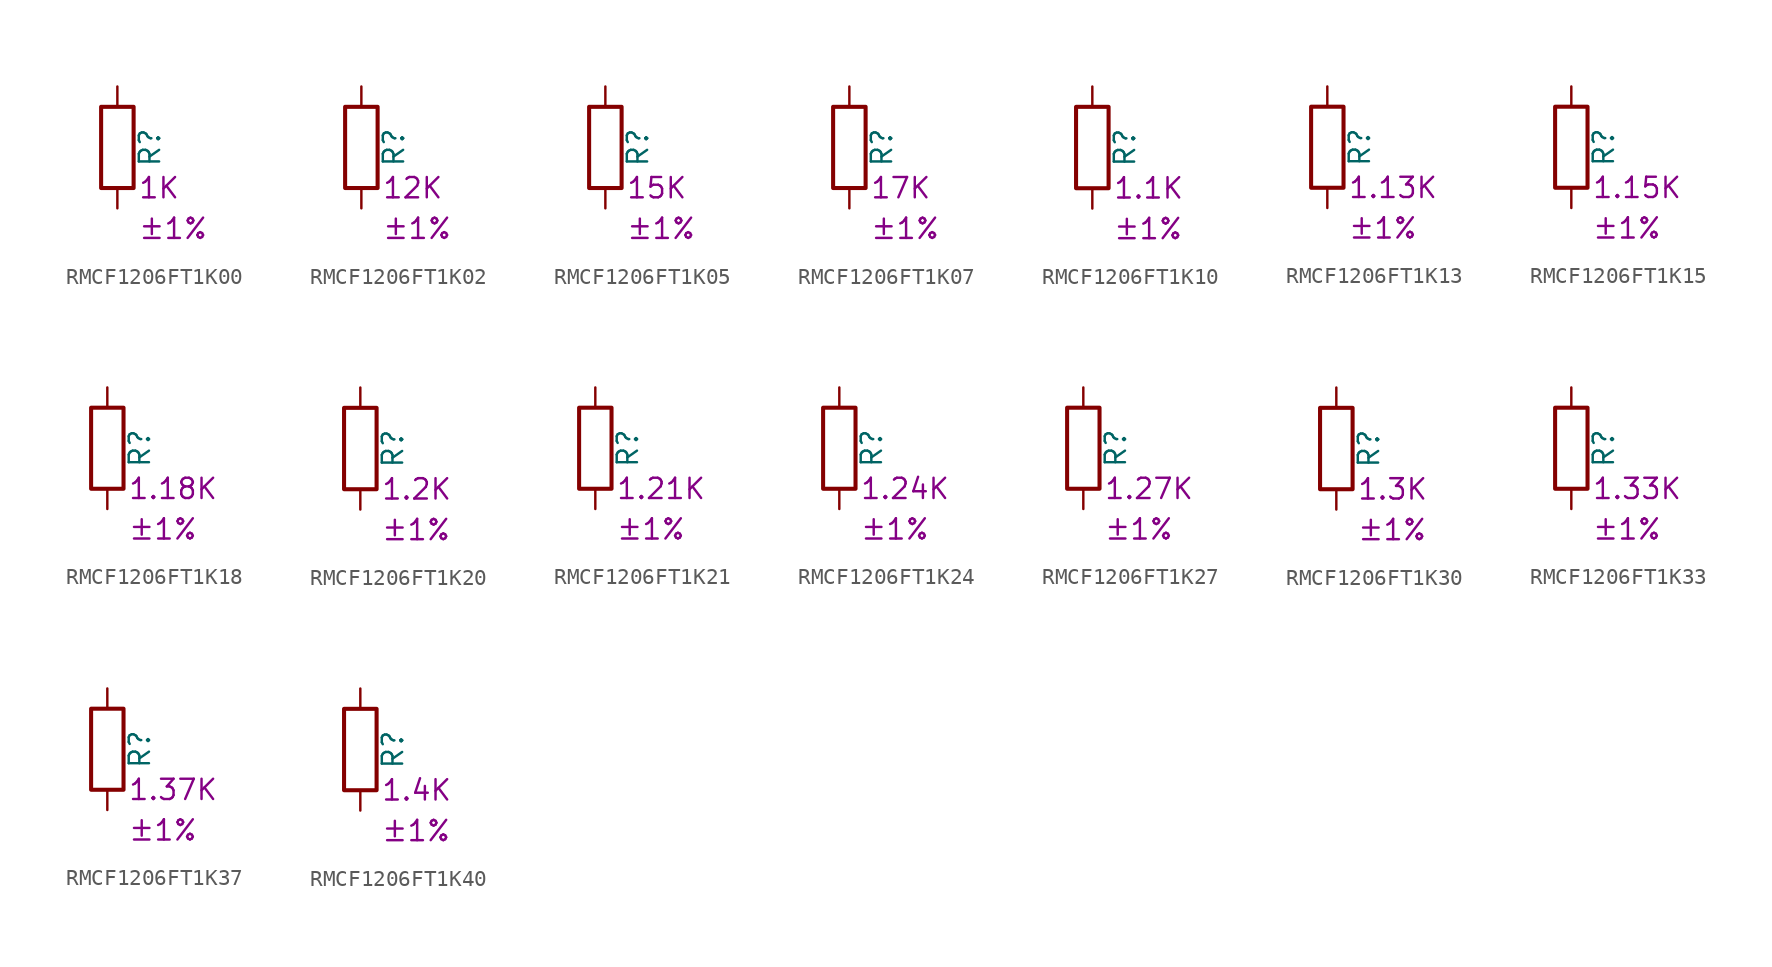
<source format=kicad_sym>
(kicad_symbol_lib
  (version 20220914)
  (generator kicad_symbol_editor)
  (symbol "RMCF1206FT1K00"
    (pin_numbers hide)
    (pin_names
      (offset 0))
    (property "Reference" "R"
      (at 2.032 0 90)
      (effects (font (size 1.27 1.27))))
    (property "Resistance" "1K"
      (at 1.27 -2.54 0)
      (effects (font (size 1.27 1.27)) (justify left)))
    (property "Tolerance" "±1%"
      (at 1.27 -5.08 0)
      (effects (font (size 1.27 1.27)) (justify left)))
    (symbol "RMCF1206FT1K00_0_1"
      (rectangle (start -1.016 -2.54) (end 1.016 2.54) (stroke (width 0.254) (type default)) (fill (type none))))
    (symbol "RMCF1206FT1K00_1_1"
      (pin passive line (at 0 3.81 270) (length 1.27) (name "~" (effects (font (size 1.27 1.27)))) (number "1" (effects (font (size 1.27 1.27)))))
      (pin passive line (at 0 -3.81 90) (length 1.27) (name "~" (effects (font (size 1.27 1.27)))) (number "2" (effects (font (size 1.27 1.27)))))))
  (symbol "RMCF1206FT1K02"
    (pin_numbers hide)
    (pin_names
      (offset 0))
    (property "Reference" "R"
      (at 2.032 0 90)
      (effects (font (size 1.27 1.27))))
    (property "Resistance" "12K"
      (at 1.27 -2.54 0)
      (effects (font (size 1.27 1.27)) (justify left)))
    (property "Tolerance" "±1%"
      (at 1.27 -5.08 0)
      (effects (font (size 1.27 1.27)) (justify left)))
    (symbol "RMCF1206FT1K02_0_1"
      (rectangle (start -1.016 -2.54) (end 1.016 2.54) (stroke (width 0.254) (type default)) (fill (type none))))
    (symbol "RMCF1206FT1K02_1_1"
      (pin passive line (at 0 3.81 270) (length 1.27) (name "~" (effects (font (size 1.27 1.27)))) (number "1" (effects (font (size 1.27 1.27)))))
      (pin passive line (at 0 -3.81 90) (length 1.27) (name "~" (effects (font (size 1.27 1.27)))) (number "2" (effects (font (size 1.27 1.27)))))))
  (symbol "RMCF1206FT1K05"
    (pin_numbers hide)
    (pin_names
      (offset 0))
    (property "Reference" "R"
      (at 2.032 0 90)
      (effects (font (size 1.27 1.27))))
    (property "Resistance" "15K"
      (at 1.27 -2.54 0)
      (effects (font (size 1.27 1.27)) (justify left)))
    (property "Tolerance" "±1%"
      (at 1.27 -5.08 0)
      (effects (font (size 1.27 1.27)) (justify left)))
    (symbol "RMCF1206FT1K05_0_1"
      (rectangle (start -1.016 -2.54) (end 1.016 2.54) (stroke (width 0.254) (type default)) (fill (type none))))
    (symbol "RMCF1206FT1K05_1_1"
      (pin passive line (at 0 3.81 270) (length 1.27) (name "~" (effects (font (size 1.27 1.27)))) (number "1" (effects (font (size 1.27 1.27)))))
      (pin passive line (at 0 -3.81 90) (length 1.27) (name "~" (effects (font (size 1.27 1.27)))) (number "2" (effects (font (size 1.27 1.27)))))))
  (symbol "RMCF1206FT1K07"
    (pin_numbers hide)
    (pin_names
      (offset 0))
    (property "Reference" "R"
      (at 2.032 0 90)
      (effects (font (size 1.27 1.27))))
    (property "Resistance" "17K"
      (at 1.27 -2.54 0)
      (effects (font (size 1.27 1.27)) (justify left)))
    (property "Tolerance" "±1%"
      (at 1.27 -5.08 0)
      (effects (font (size 1.27 1.27)) (justify left)))
    (symbol "RMCF1206FT1K07_0_1"
      (rectangle (start -1.016 -2.54) (end 1.016 2.54) (stroke (width 0.254) (type default)) (fill (type none))))
    (symbol "RMCF1206FT1K07_1_1"
      (pin passive line (at 0 3.81 270) (length 1.27) (name "~" (effects (font (size 1.27 1.27)))) (number "1" (effects (font (size 1.27 1.27)))))
      (pin passive line (at 0 -3.81 90) (length 1.27) (name "~" (effects (font (size 1.27 1.27)))) (number "2" (effects (font (size 1.27 1.27)))))))
  (symbol "RMCF1206FT1K10"
    (pin_numbers hide)
    (pin_names
      (offset 0))
    (property "Reference" "R"
      (at 2.032 0 90)
      (effects (font (size 1.27 1.27))))
    (property "Resistance" "1.1K"
      (at 1.27 -2.54 0)
      (effects (font (size 1.27 1.27)) (justify left)))
    (property "Tolerance" "±1%"
      (at 1.27 -5.08 0)
      (effects (font (size 1.27 1.27)) (justify left)))
    (symbol "RMCF1206FT1K10_0_1"
      (rectangle (start -1.016 -2.54) (end 1.016 2.54) (stroke (width 0.254) (type default)) (fill (type none))))
    (symbol "RMCF1206FT1K10_1_1"
      (pin passive line (at 0 3.81 270) (length 1.27) (name "~" (effects (font (size 1.27 1.27)))) (number "1" (effects (font (size 1.27 1.27)))))
      (pin passive line (at 0 -3.81 90) (length 1.27) (name "~" (effects (font (size 1.27 1.27)))) (number "2" (effects (font (size 1.27 1.27)))))))
  (symbol "RMCF1206FT1K13"
    (pin_numbers hide)
    (pin_names
      (offset 0))
    (property "Reference" "R"
      (at 2.032 0 90)
      (effects (font (size 1.27 1.27))))
    (property "Resistance" "1.13K"
      (at 1.27 -2.54 0)
      (effects (font (size 1.27 1.27)) (justify left)))
    (property "Tolerance" "±1%"
      (at 1.27 -5.08 0)
      (effects (font (size 1.27 1.27)) (justify left)))
    (symbol "RMCF1206FT1K13_0_1"
      (rectangle (start -1.016 -2.54) (end 1.016 2.54) (stroke (width 0.254) (type default)) (fill (type none))))
    (symbol "RMCF1206FT1K13_1_1"
      (pin passive line (at 0 3.81 270) (length 1.27) (name "~" (effects (font (size 1.27 1.27)))) (number "1" (effects (font (size 1.27 1.27)))))
      (pin passive line (at 0 -3.81 90) (length 1.27) (name "~" (effects (font (size 1.27 1.27)))) (number "2" (effects (font (size 1.27 1.27)))))))
  (symbol "RMCF1206FT1K15"
    (pin_numbers hide)
    (pin_names
      (offset 0))
    (property "Reference" "R"
      (at 2.032 0 90)
      (effects (font (size 1.27 1.27))))
    (property "Resistance" "1.15K"
      (at 1.27 -2.54 0)
      (effects (font (size 1.27 1.27)) (justify left)))
    (property "Tolerance" "±1%"
      (at 1.27 -5.08 0)
      (effects (font (size 1.27 1.27)) (justify left)))
    (symbol "RMCF1206FT1K15_0_1"
      (rectangle (start -1.016 -2.54) (end 1.016 2.54) (stroke (width 0.254) (type default)) (fill (type none))))
    (symbol "RMCF1206FT1K15_1_1"
      (pin passive line (at 0 3.81 270) (length 1.27) (name "~" (effects (font (size 1.27 1.27)))) (number "1" (effects (font (size 1.27 1.27)))))
      (pin passive line (at 0 -3.81 90) (length 1.27) (name "~" (effects (font (size 1.27 1.27)))) (number "2" (effects (font (size 1.27 1.27)))))))
  (symbol "RMCF1206FT1K18"
    (pin_numbers hide)
    (pin_names
      (offset 0))
    (property "Reference" "R"
      (at 2.032 0 90)
      (effects (font (size 1.27 1.27))))
    (property "Resistance" "1.18K"
      (at 1.27 -2.54 0)
      (effects (font (size 1.27 1.27)) (justify left)))
    (property "Tolerance" "±1%"
      (at 1.27 -5.08 0)
      (effects (font (size 1.27 1.27)) (justify left)))
    (symbol "RMCF1206FT1K18_0_1"
      (rectangle (start -1.016 -2.54) (end 1.016 2.54) (stroke (width 0.254) (type default)) (fill (type none))))
    (symbol "RMCF1206FT1K18_1_1"
      (pin passive line (at 0 3.81 270) (length 1.27) (name "~" (effects (font (size 1.27 1.27)))) (number "1" (effects (font (size 1.27 1.27)))))
      (pin passive line (at 0 -3.81 90) (length 1.27) (name "~" (effects (font (size 1.27 1.27)))) (number "2" (effects (font (size 1.27 1.27)))))))
  (symbol "RMCF1206FT1K20"
    (pin_numbers hide)
    (pin_names
      (offset 0))
    (property "Reference" "R"
      (at 2.032 0 90)
      (effects (font (size 1.27 1.27))))
    (property "Resistance" "1.2K"
      (at 1.27 -2.54 0)
      (effects (font (size 1.27 1.27)) (justify left)))
    (property "Tolerance" "±1%"
      (at 1.27 -5.08 0)
      (effects (font (size 1.27 1.27)) (justify left)))
    (symbol "RMCF1206FT1K20_0_1"
      (rectangle (start -1.016 -2.54) (end 1.016 2.54) (stroke (width 0.254) (type default)) (fill (type none))))
    (symbol "RMCF1206FT1K20_1_1"
      (pin passive line (at 0 3.81 270) (length 1.27) (name "~" (effects (font (size 1.27 1.27)))) (number "1" (effects (font (size 1.27 1.27)))))
      (pin passive line (at 0 -3.81 90) (length 1.27) (name "~" (effects (font (size 1.27 1.27)))) (number "2" (effects (font (size 1.27 1.27)))))))
  (symbol "RMCF1206FT1K21"
    (pin_numbers hide)
    (pin_names
      (offset 0))
    (property "Reference" "R"
      (at 2.032 0 90)
      (effects (font (size 1.27 1.27))))
    (property "Resistance" "1.21K"
      (at 1.27 -2.54 0)
      (effects (font (size 1.27 1.27)) (justify left)))
    (property "Tolerance" "±1%"
      (at 1.27 -5.08 0)
      (effects (font (size 1.27 1.27)) (justify left)))
    (symbol "RMCF1206FT1K21_0_1"
      (rectangle (start -1.016 -2.54) (end 1.016 2.54) (stroke (width 0.254) (type default)) (fill (type none))))
    (symbol "RMCF1206FT1K21_1_1"
      (pin passive line (at 0 3.81 270) (length 1.27) (name "~" (effects (font (size 1.27 1.27)))) (number "1" (effects (font (size 1.27 1.27)))))
      (pin passive line (at 0 -3.81 90) (length 1.27) (name "~" (effects (font (size 1.27 1.27)))) (number "2" (effects (font (size 1.27 1.27)))))))
  (symbol "RMCF1206FT1K24"
    (pin_numbers hide)
    (pin_names
      (offset 0))
    (property "Reference" "R"
      (at 2.032 0 90)
      (effects (font (size 1.27 1.27))))
    (property "Resistance" "1.24K"
      (at 1.27 -2.54 0)
      (effects (font (size 1.27 1.27)) (justify left)))
    (property "Tolerance" "±1%"
      (at 1.27 -5.08 0)
      (effects (font (size 1.27 1.27)) (justify left)))
    (symbol "RMCF1206FT1K24_0_1"
      (rectangle (start -1.016 -2.54) (end 1.016 2.54) (stroke (width 0.254) (type default)) (fill (type none))))
    (symbol "RMCF1206FT1K24_1_1"
      (pin passive line (at 0 3.81 270) (length 1.27) (name "~" (effects (font (size 1.27 1.27)))) (number "1" (effects (font (size 1.27 1.27)))))
      (pin passive line (at 0 -3.81 90) (length 1.27) (name "~" (effects (font (size 1.27 1.27)))) (number "2" (effects (font (size 1.27 1.27)))))))
  (symbol "RMCF1206FT1K27"
    (pin_numbers hide)
    (pin_names
      (offset 0))
    (property "Reference" "R"
      (at 2.032 0 90)
      (effects (font (size 1.27 1.27))))
    (property "Resistance" "1.27K"
      (at 1.27 -2.54 0)
      (effects (font (size 1.27 1.27)) (justify left)))
    (property "Tolerance" "±1%"
      (at 1.27 -5.08 0)
      (effects (font (size 1.27 1.27)) (justify left)))
    (symbol "RMCF1206FT1K27_0_1"
      (rectangle (start -1.016 -2.54) (end 1.016 2.54) (stroke (width 0.254) (type default)) (fill (type none))))
    (symbol "RMCF1206FT1K27_1_1"
      (pin passive line (at 0 3.81 270) (length 1.27) (name "~" (effects (font (size 1.27 1.27)))) (number "1" (effects (font (size 1.27 1.27)))))
      (pin passive line (at 0 -3.81 90) (length 1.27) (name "~" (effects (font (size 1.27 1.27)))) (number "2" (effects (font (size 1.27 1.27)))))))
  (symbol "RMCF1206FT1K30"
    (pin_numbers hide)
    (pin_names
      (offset 0))
    (property "Reference" "R"
      (at 2.032 0 90)
      (effects (font (size 1.27 1.27))))
    (property "Resistance" "1.3K"
      (at 1.27 -2.54 0)
      (effects (font (size 1.27 1.27)) (justify left)))
    (property "Tolerance" "±1%"
      (at 1.27 -5.08 0)
      (effects (font (size 1.27 1.27)) (justify left)))
    (symbol "RMCF1206FT1K30_0_1"
      (rectangle (start -1.016 -2.54) (end 1.016 2.54) (stroke (width 0.254) (type default)) (fill (type none))))
    (symbol "RMCF1206FT1K30_1_1"
      (pin passive line (at 0 3.81 270) (length 1.27) (name "~" (effects (font (size 1.27 1.27)))) (number "1" (effects (font (size 1.27 1.27)))))
      (pin passive line (at 0 -3.81 90) (length 1.27) (name "~" (effects (font (size 1.27 1.27)))) (number "2" (effects (font (size 1.27 1.27)))))))
  (symbol "RMCF1206FT1K33"
    (pin_numbers hide)
    (pin_names
      (offset 0))
    (property "Reference" "R"
      (at 2.032 0 90)
      (effects (font (size 1.27 1.27))))
    (property "Resistance" "1.33K"
      (at 1.27 -2.54 0)
      (effects (font (size 1.27 1.27)) (justify left)))
    (property "Tolerance" "±1%"
      (at 1.27 -5.08 0)
      (effects (font (size 1.27 1.27)) (justify left)))
    (symbol "RMCF1206FT1K33_0_1"
      (rectangle (start -1.016 -2.54) (end 1.016 2.54) (stroke (width 0.254) (type default)) (fill (type none))))
    (symbol "RMCF1206FT1K33_1_1"
      (pin passive line (at 0 3.81 270) (length 1.27) (name "~" (effects (font (size 1.27 1.27)))) (number "1" (effects (font (size 1.27 1.27)))))
      (pin passive line (at 0 -3.81 90) (length 1.27) (name "~" (effects (font (size 1.27 1.27)))) (number "2" (effects (font (size 1.27 1.27)))))))
  (symbol "RMCF1206FT1K37"
    (pin_numbers hide)
    (pin_names
      (offset 0))
    (property "Reference" "R"
      (at 2.032 0 90)
      (effects (font (size 1.27 1.27))))
    (property "Resistance" "1.37K"
      (at 1.27 -2.54 0)
      (effects (font (size 1.27 1.27)) (justify left)))
    (property "Tolerance" "±1%"
      (at 1.27 -5.08 0)
      (effects (font (size 1.27 1.27)) (justify left)))
    (symbol "RMCF1206FT1K37_0_1"
      (rectangle (start -1.016 -2.54) (end 1.016 2.54) (stroke (width 0.254) (type default)) (fill (type none))))
    (symbol "RMCF1206FT1K37_1_1"
      (pin passive line (at 0 3.81 270) (length 1.27) (name "~" (effects (font (size 1.27 1.27)))) (number "1" (effects (font (size 1.27 1.27)))))
      (pin passive line (at 0 -3.81 90) (length 1.27) (name "~" (effects (font (size 1.27 1.27)))) (number "2" (effects (font (size 1.27 1.27)))))))
  (symbol "RMCF1206FT1K40"
    (pin_numbers hide)
    (pin_names
      (offset 0))
    (property "Reference" "R"
      (at 2.032 0 90)
      (effects (font (size 1.27 1.27))))
    (property "Resistance" "1.4K"
      (at 1.27 -2.54 0)
      (effects (font (size 1.27 1.27)) (justify left)))
    (property "Tolerance" "±1%"
      (at 1.27 -5.08 0)
      (effects (font (size 1.27 1.27)) (justify left)))
    (symbol "RMCF1206FT1K40_0_1"
      (rectangle (start -1.016 -2.54) (end 1.016 2.54) (stroke (width 0.254) (type default)) (fill (type none))))
    (symbol "RMCF1206FT1K40_1_1"
      (pin passive line (at 0 3.81 270) (length 1.27) (name "~" (effects (font (size 1.27 1.27)))) (number "1" (effects (font (size 1.27 1.27)))))
      (pin passive line (at 0 -3.81 90) (length 1.27) (name "~" (effects (font (size 1.27 1.27)))) (number "2" (effects (font (size 1.27 1.27))))))))
</source>
